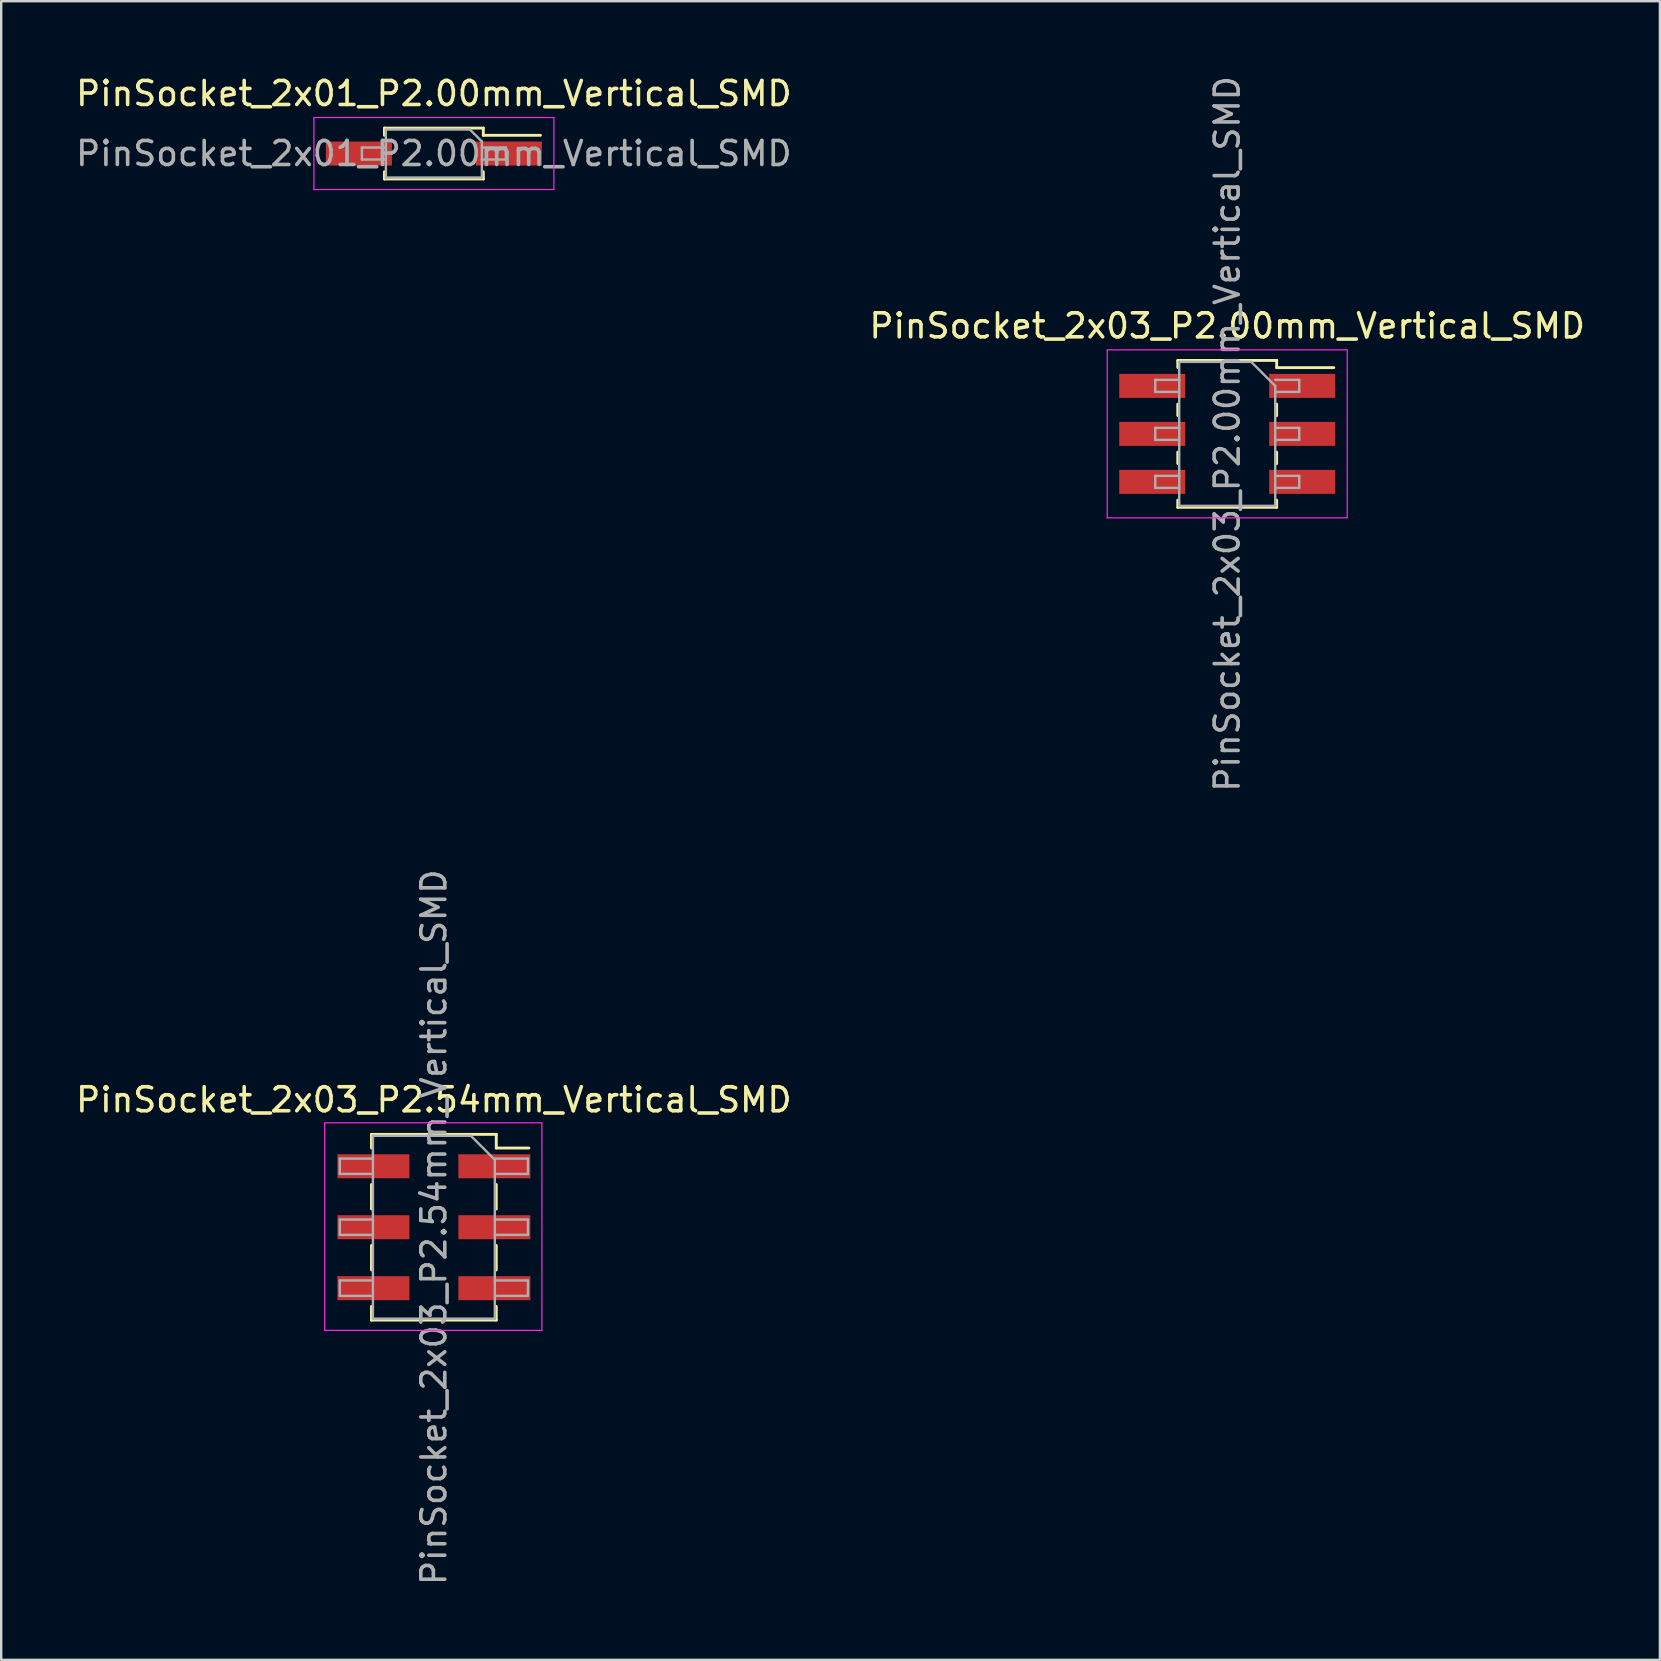
<source format=kicad_pcb>
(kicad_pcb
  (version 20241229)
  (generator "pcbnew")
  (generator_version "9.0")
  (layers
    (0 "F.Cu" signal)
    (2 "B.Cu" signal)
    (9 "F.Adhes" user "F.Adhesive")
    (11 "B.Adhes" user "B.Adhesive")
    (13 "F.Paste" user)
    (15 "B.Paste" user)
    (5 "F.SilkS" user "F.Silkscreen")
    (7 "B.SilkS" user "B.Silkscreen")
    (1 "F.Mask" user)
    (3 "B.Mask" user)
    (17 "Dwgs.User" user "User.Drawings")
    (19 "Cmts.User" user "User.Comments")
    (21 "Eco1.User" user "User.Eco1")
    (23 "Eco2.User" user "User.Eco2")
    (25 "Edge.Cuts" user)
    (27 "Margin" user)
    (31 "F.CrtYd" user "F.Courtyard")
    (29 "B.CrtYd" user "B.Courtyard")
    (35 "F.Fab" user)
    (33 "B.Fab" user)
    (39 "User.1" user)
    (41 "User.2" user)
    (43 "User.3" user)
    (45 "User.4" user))
  (footprint "PinSocket_2x03_P2.00mm_Vertical_SMD"
    (layer "F.Cu")
    (at 48.089 15.03)
    (property "Reference" "PinSocket_2x03_P2.00mm_Vertical_SMD" (at 0 -4.5 0) (layer "F.SilkS") (effects (font (size 1 1) (thickness 0.15))))
    (attr smd)
    (fp_line (start -2.06 -3.06) (end -2.06 -2.76) (stroke (width 0.12) (type solid)) (layer "F.SilkS"))
    (fp_line (start -2.06 -3.06) (end 2.06 -3.06) (stroke (width 0.12) (type solid)) (layer "F.SilkS"))
    (fp_line (start -2.06 -1.24) (end -2.06 -0.76) (stroke (width 0.12) (type solid)) (layer "F.SilkS"))
    (fp_line (start -2.06 0.76) (end -2.06 1.24) (stroke (width 0.12) (type solid)) (layer "F.SilkS"))
    (fp_line (start -2.06 2.76) (end -2.06 3.06) (stroke (width 0.12) (type solid)) (layer "F.SilkS"))
    (fp_line (start -2.06 3.06) (end 2.06 3.06) (stroke (width 0.12) (type solid)) (layer "F.SilkS"))
    (fp_line (start 2.06 -3.06) (end 2.06 -2.76) (stroke (width 0.12) (type solid)) (layer "F.SilkS"))
    (fp_line (start 2.06 -2.76) (end 4.44 -2.76) (stroke (width 0.12) (type solid)) (layer "F.SilkS"))
    (fp_line (start 2.06 -1.24) (end 2.06 -0.76) (stroke (width 0.12) (type solid)) (layer "F.SilkS"))
    (fp_line (start 2.06 0.76) (end 2.06 1.24) (stroke (width 0.12) (type solid)) (layer "F.SilkS"))
    (fp_line (start 2.06 2.76) (end 2.06 3.06) (stroke (width 0.12) (type solid)) (layer "F.SilkS"))
    (fp_line (start -5 -3.5) (end 5 -3.5) (stroke (width 0.05) (type solid)) (layer "F.CrtYd"))
    (fp_line (start -5 3.5) (end -5 -3.5) (stroke (width 0.05) (type solid)) (layer "F.CrtYd"))
    (fp_line (start 5 -3.5) (end 5 3.5) (stroke (width 0.05) (type solid)) (layer "F.CrtYd"))
    (fp_line (start 5 3.5) (end -5 3.5) (stroke (width 0.05) (type solid)) (layer "F.CrtYd"))
    (fp_line (start -3 -2.25) (end -2 -2.25) (stroke (width 0.1) (type solid)) (layer "F.Fab"))
    (fp_line (start -3 -1.75) (end -3 -2.25) (stroke (width 0.1) (type solid)) (layer "F.Fab"))
    (fp_line (start -3 -0.25) (end -2 -0.25) (stroke (width 0.1) (type solid)) (layer "F.Fab"))
    (fp_line (start -3 0.25) (end -3 -0.25) (stroke (width 0.1) (type solid)) (layer "F.Fab"))
    (fp_line (start -3 1.75) (end -2 1.75) (stroke (width 0.1) (type solid)) (layer "F.Fab"))
    (fp_line (start -3 2.25) (end -3 1.75) (stroke (width 0.1) (type solid)) (layer "F.Fab"))
    (fp_line (start -2 -3) (end 1 -3) (stroke (width 0.1) (type solid)) (layer "F.Fab"))
    (fp_line (start -2 -1.75) (end -3 -1.75) (stroke (width 0.1) (type solid)) (layer "F.Fab"))
    (fp_line (start -2 0.25) (end -3 0.25) (stroke (width 0.1) (type solid)) (layer "F.Fab"))
    (fp_line (start -2 2.25) (end -3 2.25) (stroke (width 0.1) (type solid)) (layer "F.Fab"))
    (fp_line (start -2 3) (end -2 -3) (stroke (width 0.1) (type solid)) (layer "F.Fab"))
    (fp_line (start 1 -3) (end 2 -2) (stroke (width 0.1) (type solid)) (layer "F.Fab"))
    (fp_line (start 2 -2.25) (end 3 -2.25) (stroke (width 0.1) (type solid)) (layer "F.Fab"))
    (fp_line (start 2 -2) (end 2 3) (stroke (width 0.1) (type solid)) (layer "F.Fab"))
    (fp_line (start 2 -0.25) (end 3 -0.25) (stroke (width 0.1) (type solid)) (layer "F.Fab"))
    (fp_line (start 2 1.75) (end 3 1.75) (stroke (width 0.1) (type solid)) (layer "F.Fab"))
    (fp_line (start 2 3) (end -2 3) (stroke (width 0.1) (type solid)) (layer "F.Fab"))
    (fp_line (start 3 -2.25) (end 3 -1.75) (stroke (width 0.1) (type solid)) (layer "F.Fab"))
    (fp_line (start 3 -1.75) (end 2 -1.75) (stroke (width 0.1) (type solid)) (layer "F.Fab"))
    (fp_line (start 3 -0.25) (end 3 0.25) (stroke (width 0.1) (type solid)) (layer "F.Fab"))
    (fp_line (start 3 0.25) (end 2 0.25) (stroke (width 0.1) (type solid)) (layer "F.Fab"))
    (fp_line (start 3 1.75) (end 3 2.25) (stroke (width 0.1) (type solid)) (layer "F.Fab"))
    (fp_line (start 3 2.25) (end 2 2.25) (stroke (width 0.1) (type solid)) (layer "F.Fab"))
    (fp_text user "${REFERENCE}" (at 0 0 90) (layer "F.Fab") (effects (font (size 1 1) (thickness 0.15))))
    (pad "1" smd rect (at 3.125 -2) (size 2.75 1) (layers "F.Cu" "F.Mask" "F.Paste"))
    (pad "2" smd rect (at -3.125 -2) (size 2.75 1) (layers "F.Cu" "F.Mask" "F.Paste"))
    (pad "3" smd rect (at 3.125 0) (size 2.75 1) (layers "F.Cu" "F.Mask" "F.Paste"))
    (pad "4" smd rect (at -3.125 0) (size 2.75 1) (layers "F.Cu" "F.Mask" "F.Paste"))
    (pad "5" smd rect (at 3.125 2) (size 2.75 1) (layers "F.Cu" "F.Mask" "F.Paste"))
    (pad "6" smd rect (at -3.125 2) (size 2.75 1) (layers "F.Cu" "F.Mask" "F.Paste")))
  (footprint "PinSocket_2x03_P2.54mm_Vertical_SMD"
    (layer "F.Cu")
    (at 15.03 48.089)
    (property "Reference" "PinSocket_2x03_P2.54mm_Vertical_SMD" (at 0 -5.31 0) (layer "F.SilkS") (effects (font (size 1 1) (thickness 0.15))))
    (attr smd)
    (fp_line (start -2.6 -3.87) (end -2.6 -3.3) (stroke (width 0.12) (type solid)) (layer "F.SilkS"))
    (fp_line (start -2.6 -3.87) (end 2.6 -3.87) (stroke (width 0.12) (type solid)) (layer "F.SilkS"))
    (fp_line (start -2.6 -1.78) (end -2.6 -0.76) (stroke (width 0.12) (type solid)) (layer "F.SilkS"))
    (fp_line (start -2.6 0.76) (end -2.6 1.78) (stroke (width 0.12) (type solid)) (layer "F.SilkS"))
    (fp_line (start -2.6 3.3) (end -2.6 3.87) (stroke (width 0.12) (type solid)) (layer "F.SilkS"))
    (fp_line (start -2.6 3.87) (end 2.6 3.87) (stroke (width 0.12) (type solid)) (layer "F.SilkS"))
    (fp_line (start 2.6 -3.87) (end 2.6 -3.3) (stroke (width 0.12) (type solid)) (layer "F.SilkS"))
    (fp_line (start 2.6 -3.3) (end 3.96 -3.3) (stroke (width 0.12) (type solid)) (layer "F.SilkS"))
    (fp_line (start 2.6 -1.78) (end 2.6 -0.76) (stroke (width 0.12) (type solid)) (layer "F.SilkS"))
    (fp_line (start 2.6 0.76) (end 2.6 1.78) (stroke (width 0.12) (type solid)) (layer "F.SilkS"))
    (fp_line (start 2.6 3.3) (end 2.6 3.87) (stroke (width 0.12) (type solid)) (layer "F.SilkS"))
    (fp_line (start -4.55 -4.35) (end 4.5 -4.35) (stroke (width 0.05) (type solid)) (layer "F.CrtYd"))
    (fp_line (start -4.55 4.3) (end -4.55 -4.35) (stroke (width 0.05) (type solid)) (layer "F.CrtYd"))
    (fp_line (start 4.5 -4.35) (end 4.5 4.3) (stroke (width 0.05) (type solid)) (layer "F.CrtYd"))
    (fp_line (start 4.5 4.3) (end -4.55 4.3) (stroke (width 0.05) (type solid)) (layer "F.CrtYd"))
    (fp_line (start -3.92 -2.86) (end -2.54 -2.86) (stroke (width 0.1) (type solid)) (layer "F.Fab"))
    (fp_line (start -3.92 -2.22) (end -3.92 -2.86) (stroke (width 0.1) (type solid)) (layer "F.Fab"))
    (fp_line (start -3.92 -0.32) (end -2.54 -0.32) (stroke (width 0.1) (type solid)) (layer "F.Fab"))
    (fp_line (start -3.92 0.32) (end -3.92 -0.32) (stroke (width 0.1) (type solid)) (layer "F.Fab"))
    (fp_line (start -3.92 2.22) (end -2.54 2.22) (stroke (width 0.1) (type solid)) (layer "F.Fab"))
    (fp_line (start -3.92 2.86) (end -3.92 2.22) (stroke (width 0.1) (type solid)) (layer "F.Fab"))
    (fp_line (start -2.54 -3.81) (end 1.54 -3.81) (stroke (width 0.1) (type solid)) (layer "F.Fab"))
    (fp_line (start -2.54 -2.22) (end -3.92 -2.22) (stroke (width 0.1) (type solid)) (layer "F.Fab"))
    (fp_line (start -2.54 0.32) (end -3.92 0.32) (stroke (width 0.1) (type solid)) (layer "F.Fab"))
    (fp_line (start -2.54 2.86) (end -3.92 2.86) (stroke (width 0.1) (type solid)) (layer "F.Fab"))
    (fp_line (start -2.54 3.81) (end -2.54 -3.81) (stroke (width 0.1) (type solid)) (layer "F.Fab"))
    (fp_line (start 1.54 -3.81) (end 2.54 -2.81) (stroke (width 0.1) (type solid)) (layer "F.Fab"))
    (fp_line (start 2.54 -2.86) (end 3.92 -2.86) (stroke (width 0.1) (type solid)) (layer "F.Fab"))
    (fp_line (start 2.54 -2.81) (end 2.54 3.81) (stroke (width 0.1) (type solid)) (layer "F.Fab"))
    (fp_line (start 2.54 -0.32) (end 3.92 -0.32) (stroke (width 0.1) (type solid)) (layer "F.Fab"))
    (fp_line (start 2.54 2.22) (end 3.92 2.22) (stroke (width 0.1) (type solid)) (layer "F.Fab"))
    (fp_line (start 2.54 3.81) (end -2.54 3.81) (stroke (width 0.1) (type solid)) (layer "F.Fab"))
    (fp_line (start 3.92 -2.86) (end 3.92 -2.22) (stroke (width 0.1) (type solid)) (layer "F.Fab"))
    (fp_line (start 3.92 -2.22) (end 2.54 -2.22) (stroke (width 0.1) (type solid)) (layer "F.Fab"))
    (fp_line (start 3.92 -0.32) (end 3.92 0.32) (stroke (width 0.1) (type solid)) (layer "F.Fab"))
    (fp_line (start 3.92 0.32) (end 2.54 0.32) (stroke (width 0.1) (type solid)) (layer "F.Fab"))
    (fp_line (start 3.92 2.22) (end 3.92 2.86) (stroke (width 0.1) (type solid)) (layer "F.Fab"))
    (fp_line (start 3.92 2.86) (end 2.54 2.86) (stroke (width 0.1) (type solid)) (layer "F.Fab"))
    (fp_text user "${REFERENCE}" (at 0 0 90) (layer "F.Fab") (effects (font (size 1 1) (thickness 0.15))))
    (pad "1" smd rect (at 2.52 -2.54) (size 3 1) (layers "F.Cu" "F.Mask" "F.Paste"))
    (pad "2" smd rect (at -2.52 -2.54) (size 3 1) (layers "F.Cu" "F.Mask" "F.Paste"))
    (pad "3" smd rect (at 2.52 0) (size 3 1) (layers "F.Cu" "F.Mask" "F.Paste"))
    (pad "4" smd rect (at -2.52 0) (size 3 1) (layers "F.Cu" "F.Mask" "F.Paste"))
    (pad "5" smd rect (at 2.52 2.54) (size 3 1) (layers "F.Cu" "F.Mask" "F.Paste"))
    (pad "6" smd rect (at -2.52 2.54) (size 3 1) (layers "F.Cu" "F.Mask" "F.Paste")))
  (footprint "PinSocket_2x01_P2.00mm_Vertical_SMD"
    (layer "F.Cu")
    (at 15.03 3.348)
    (property "Reference" "PinSocket_2x01_P2.00mm_Vertical_SMD" (at 0 -2.5 0) (layer "F.SilkS") (effects (font (size 1 1) (thickness 0.15))))
    (attr smd)
    (fp_line (start -2.06 -1.06) (end -2.06 -0.76) (stroke (width 0.12) (type solid)) (layer "F.SilkS"))
    (fp_line (start -2.06 -1.06) (end 2.06 -1.06) (stroke (width 0.12) (type solid)) (layer "F.SilkS"))
    (fp_line (start -2.06 0.76) (end -2.06 1.06) (stroke (width 0.12) (type solid)) (layer "F.SilkS"))
    (fp_line (start -2.06 1.06) (end 2.06 1.06) (stroke (width 0.12) (type solid)) (layer "F.SilkS"))
    (fp_line (start 2.06 -1.06) (end 2.06 -0.76) (stroke (width 0.12) (type solid)) (layer "F.SilkS"))
    (fp_line (start 2.06 -0.76) (end 4.44 -0.76) (stroke (width 0.12) (type solid)) (layer "F.SilkS"))
    (fp_line (start 2.06 0.76) (end 2.06 1.06) (stroke (width 0.12) (type solid)) (layer "F.SilkS"))
    (fp_line (start -5 -1.5) (end 5 -1.5) (stroke (width 0.05) (type solid)) (layer "F.CrtYd"))
    (fp_line (start -5 1.5) (end -5 -1.5) (stroke (width 0.05) (type solid)) (layer "F.CrtYd"))
    (fp_line (start 5 -1.5) (end 5 1.5) (stroke (width 0.05) (type solid)) (layer "F.CrtYd"))
    (fp_line (start 5 1.5) (end -5 1.5) (stroke (width 0.05) (type solid)) (layer "F.CrtYd"))
    (fp_line (start -3 -0.25) (end -2 -0.25) (stroke (width 0.1) (type solid)) (layer "F.Fab"))
    (fp_line (start -3 0.25) (end -3 -0.25) (stroke (width 0.1) (type solid)) (layer "F.Fab"))
    (fp_line (start -2 -1) (end 1.5 -1) (stroke (width 0.1) (type solid)) (layer "F.Fab"))
    (fp_line (start -2 0.25) (end -3 0.25) (stroke (width 0.1) (type solid)) (layer "F.Fab"))
    (fp_line (start -2 1) (end -2 -1) (stroke (width 0.1) (type solid)) (layer "F.Fab"))
    (fp_line (start 1.5 -1) (end 2 -0.5) (stroke (width 0.1) (type solid)) (layer "F.Fab"))
    (fp_line (start 2 -0.5) (end 2 1) (stroke (width 0.1) (type solid)) (layer "F.Fab"))
    (fp_line (start 2 -0.25) (end 3 -0.25) (stroke (width 0.1) (type solid)) (layer "F.Fab"))
    (fp_line (start 2 1) (end -2 1) (stroke (width 0.1) (type solid)) (layer "F.Fab"))
    (fp_line (start 3 -0.25) (end 3 0.25) (stroke (width 0.1) (type solid)) (layer "F.Fab"))
    (fp_line (start 3 0.25) (end 2 0.25) (stroke (width 0.1) (type solid)) (layer "F.Fab"))
    (fp_text user "${REFERENCE}" (at 0 0 0) (layer "F.Fab") (effects (font (size 1 1) (thickness 0.15))))
    (pad "1" smd rect (at 3.125 0) (size 2.75 1) (layers "F.Cu" "F.Mask" "F.Paste"))
    (pad "2" smd rect (at -3.125 0) (size 2.75 1) (layers "F.Cu" "F.Mask" "F.Paste")))
  (gr_rect
    (start -3 -3)
    (end 66.119 66.119)
    (stroke (width 0.1) (type default))
    (fill no)
    (layer "Edge.Cuts")))
</source>
